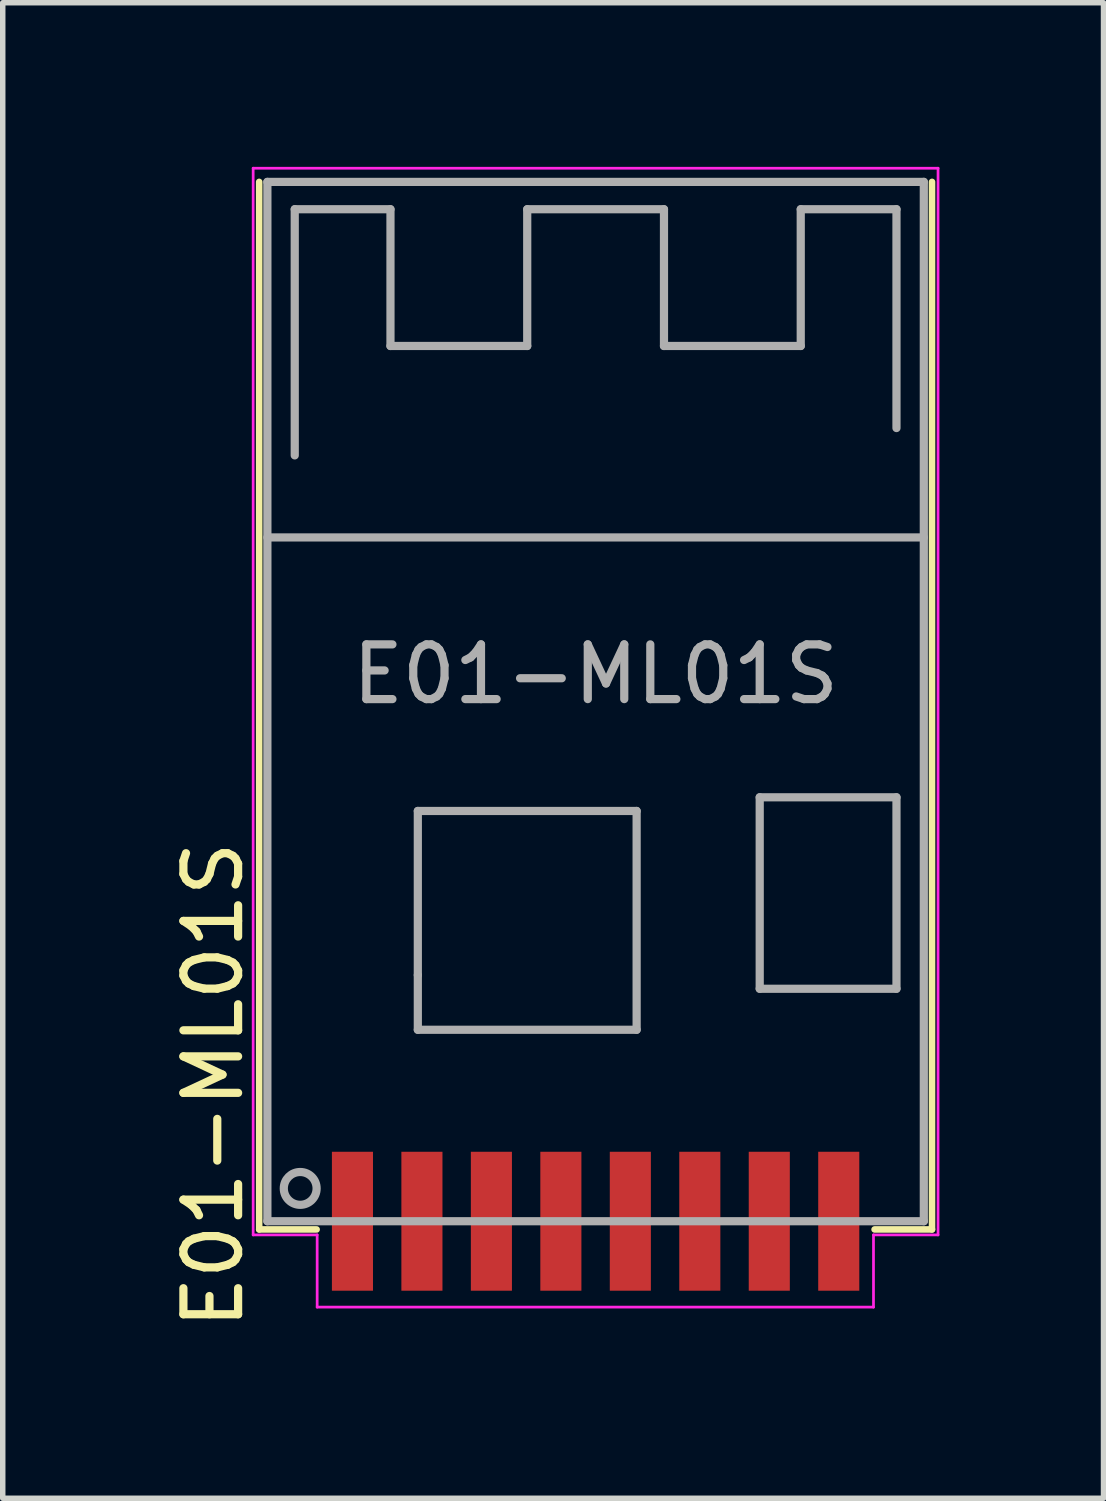
<source format=kicad_pcb>
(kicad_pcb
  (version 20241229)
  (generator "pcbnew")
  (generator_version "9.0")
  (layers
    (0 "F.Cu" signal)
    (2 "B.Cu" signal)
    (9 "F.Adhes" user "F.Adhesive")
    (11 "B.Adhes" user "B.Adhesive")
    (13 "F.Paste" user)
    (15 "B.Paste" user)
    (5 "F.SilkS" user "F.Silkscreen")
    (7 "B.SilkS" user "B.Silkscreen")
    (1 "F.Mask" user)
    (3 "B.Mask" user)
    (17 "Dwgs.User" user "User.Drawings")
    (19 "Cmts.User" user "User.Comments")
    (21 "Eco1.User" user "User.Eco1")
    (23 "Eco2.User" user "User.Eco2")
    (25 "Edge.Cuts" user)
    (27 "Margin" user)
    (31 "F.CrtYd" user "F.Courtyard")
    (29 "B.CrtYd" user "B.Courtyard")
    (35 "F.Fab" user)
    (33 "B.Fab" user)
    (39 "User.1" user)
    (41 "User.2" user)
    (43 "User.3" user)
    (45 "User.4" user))
  (footprint "E01-ML01S"
    (layer "F.Cu")
    (at 7.838 19.275)
    (property "Reference" "E01-ML01S" (at -6.99 -2.49 90) (layer "F.SilkS") (effects (font (size 1 1) (thickness 0.15))))
    (attr smd)
    (fp_line (start -6.15 0.15) (end -6.15 -19) (stroke (width 0.12) (type solid)) (layer "F.SilkS"))
    (fp_line (start -6.15 0.15) (end -5.1 0.15) (stroke (width 0.12) (type solid)) (layer "F.SilkS"))
    (fp_line (start 6.15 0.15) (end 5.1 0.15) (stroke (width 0.12) (type solid)) (layer "F.SilkS"))
    (fp_line (start 6.15 0.15) (end 6.15 -19) (stroke (width 0.12) (type solid)) (layer "F.SilkS"))
    (fp_line (start -6.26 -19.25) (end 6.26 -19.25) (stroke (width 0.05) (type solid)) (layer "F.CrtYd"))
    (fp_line (start -6.26 0.25) (end -6.26 -19.25) (stroke (width 0.05) (type solid)) (layer "F.CrtYd"))
    (fp_line (start -6.26 0.25) (end -5.09 0.25) (stroke (width 0.05) (type solid)) (layer "F.CrtYd"))
    (fp_line (start -5.09 1.57) (end -5.09 0.25) (stroke (width 0.05) (type solid)) (layer "F.CrtYd"))
    (fp_line (start -5.09 1.57) (end 5.08 1.57) (stroke (width 0.05) (type solid)) (layer "F.CrtYd"))
    (fp_line (start 5.08 0.25) (end 6.26 0.25) (stroke (width 0.05) (type solid)) (layer "F.CrtYd"))
    (fp_line (start 5.08 1.57) (end 5.08 0.25) (stroke (width 0.05) (type solid)) (layer "F.CrtYd"))
    (fp_line (start 6.26 -19.25) (end 6.26 0.25) (stroke (width 0.05) (type solid)) (layer "F.CrtYd"))
    (fp_line (start -6 -19) (end 6 -19) (stroke (width 0.15) (type solid)) (layer "F.Fab"))
    (fp_line (start -6 -12.5) (end 6 -12.5) (stroke (width 0.15) (type solid)) (layer "F.Fab"))
    (fp_line (start -6 0) (end -6 -19) (stroke (width 0.15) (type solid)) (layer "F.Fab"))
    (fp_line (start -6 0) (end 6 0) (stroke (width 0.15) (type solid)) (layer "F.Fab"))
    (fp_line (start -5.5 -18.5) (end -5.5 -14) (stroke (width 0.15) (type solid)) (layer "F.Fab"))
    (fp_line (start -3.75 -18.5) (end -5.5 -18.5) (stroke (width 0.15) (type solid)) (layer "F.Fab"))
    (fp_line (start -3.75 -16) (end -3.75 -18.5) (stroke (width 0.15) (type solid)) (layer "F.Fab"))
    (fp_line (start -3.25 -7.5) (end -3.25 -4.5) (stroke (width 0.15) (type solid)) (layer "F.Fab"))
    (fp_line (start -3.25 -7.5) (end 0.75 -7.5) (stroke (width 0.15) (type solid)) (layer "F.Fab"))
    (fp_line (start -3.25 -4.5) (end -3.25 -3.5) (stroke (width 0.15) (type solid)) (layer "F.Fab"))
    (fp_line (start -3.25 -3.5) (end 0.75 -3.5) (stroke (width 0.15) (type solid)) (layer "F.Fab"))
    (fp_line (start -1.25 -18.5) (end -1.25 -16) (stroke (width 0.15) (type solid)) (layer "F.Fab"))
    (fp_line (start -1.25 -16) (end -3.75 -16) (stroke (width 0.15) (type solid)) (layer "F.Fab"))
    (fp_line (start 0.75 -3.5) (end 0.75 -7.5) (stroke (width 0.15) (type solid)) (layer "F.Fab"))
    (fp_line (start 1.25 -18.5) (end -1.25 -18.5) (stroke (width 0.15) (type solid)) (layer "F.Fab"))
    (fp_line (start 1.25 -16) (end 1.25 -18.5) (stroke (width 0.15) (type solid)) (layer "F.Fab"))
    (fp_line (start 3 -7.75) (end 5.5 -7.75) (stroke (width 0.15) (type solid)) (layer "F.Fab"))
    (fp_line (start 3 -4.25) (end 3 -7.75) (stroke (width 0.15) (type solid)) (layer "F.Fab"))
    (fp_line (start 3.75 -18.5) (end 3.75 -16) (stroke (width 0.15) (type solid)) (layer "F.Fab"))
    (fp_line (start 3.75 -16) (end 1.25 -16) (stroke (width 0.15) (type solid)) (layer "F.Fab"))
    (fp_line (start 5.5 -18.5) (end 3.75 -18.5) (stroke (width 0.15) (type solid)) (layer "F.Fab"))
    (fp_line (start 5.5 -18.5) (end 5.5 -14.5) (stroke (width 0.15) (type solid)) (layer "F.Fab"))
    (fp_line (start 5.5 -7.75) (end 5.5 -4.25) (stroke (width 0.15) (type solid)) (layer "F.Fab"))
    (fp_line (start 5.5 -4.25) (end 3 -4.25) (stroke (width 0.15) (type solid)) (layer "F.Fab"))
    (fp_line (start 6 -19) (end 6 0) (stroke (width 0.15) (type solid)) (layer "F.Fab"))
    (fp_circle (center -5.4 -0.6) (end -5.1 -0.6) (stroke (width 0.15) (type solid)) (fill no) (layer "F.Fab"))
    (fp_text user "${REFERENCE}" (at 0 -10 0) (layer "F.Fab") (effects (font (size 1 1) (thickness 0.15))))
    (pad "1" smd rect (at -4.445 0) (size 0.751 2.54) (layers "F.Cu" "F.Mask" "F.Paste"))
    (pad "2" smd rect (at -3.175 0) (size 0.751 2.54) (layers "F.Cu" "F.Mask" "F.Paste"))
    (pad "3" smd rect (at -1.905 0) (size 0.751 2.54) (layers "F.Cu" "F.Mask" "F.Paste"))
    (pad "4" smd rect (at -0.635 0) (size 0.751 2.54) (layers "F.Cu" "F.Mask" "F.Paste"))
    (pad "5" smd rect (at 0.635 0) (size 0.751 2.54) (layers "F.Cu" "F.Mask" "F.Paste"))
    (pad "6" smd rect (at 1.905 0) (size 0.751 2.54) (layers "F.Cu" "F.Mask" "F.Paste"))
    (pad "7" smd rect (at 3.175 0) (size 0.751 2.54) (layers "F.Cu" "F.Mask" "F.Paste"))
    (pad "8" smd rect (at 4.445 0) (size 0.751 2.54) (layers "F.Cu" "F.Mask" "F.Paste")))
  (gr_rect
    (start -3 -3)
    (end 17.123 24.339)
    (stroke (width 0.1) (type default))
    (fill no)
    (layer "Edge.Cuts")))
</source>
